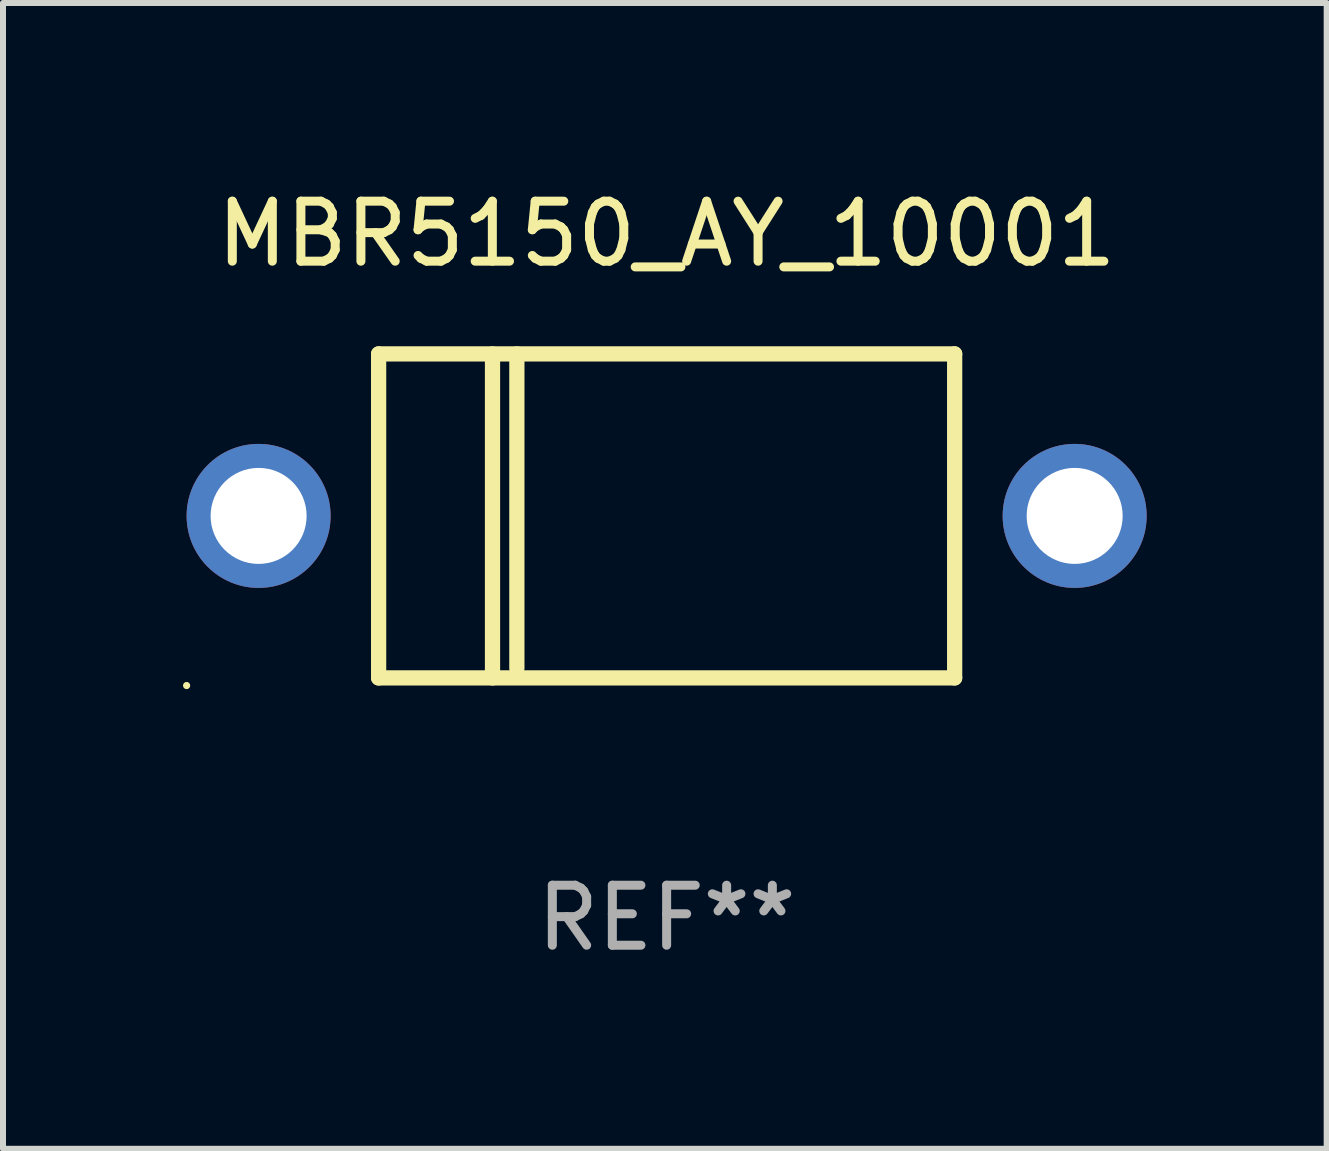
<source format=kicad_pcb>
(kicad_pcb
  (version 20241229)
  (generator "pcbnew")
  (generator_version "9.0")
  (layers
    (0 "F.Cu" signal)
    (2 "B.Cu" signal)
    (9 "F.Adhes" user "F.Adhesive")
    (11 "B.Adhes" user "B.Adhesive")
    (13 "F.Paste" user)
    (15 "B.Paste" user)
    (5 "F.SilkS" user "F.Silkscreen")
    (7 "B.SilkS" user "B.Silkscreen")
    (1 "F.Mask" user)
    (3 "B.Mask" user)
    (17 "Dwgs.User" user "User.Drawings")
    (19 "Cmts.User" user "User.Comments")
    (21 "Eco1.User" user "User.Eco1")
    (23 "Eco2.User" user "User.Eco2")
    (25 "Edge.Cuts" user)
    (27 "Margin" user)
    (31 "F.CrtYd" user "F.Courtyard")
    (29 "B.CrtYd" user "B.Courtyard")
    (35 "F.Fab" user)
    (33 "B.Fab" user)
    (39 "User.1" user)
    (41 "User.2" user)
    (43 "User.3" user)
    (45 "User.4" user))
  (footprint "MBR5150_AY_10001"
    (layer "F.Cu")
    (at 8.06 5.548)
    (property "Reference" "MBR5150_AY_10001" (at 0 -4.7 0) (layer "F.SilkS") (effects (font (size 1 1) (thickness 0.15))))
    (attr through_hole)
    (fp_line (start -4.8 -2.7) (end -4.8 2.7) (stroke (width 0.254) (type solid)) (layer "F.SilkS"))
    (fp_line (start -4.8 -2.7) (end 4.8 -2.7) (stroke (width 0.254) (type solid)) (layer "F.SilkS"))
    (fp_line (start -2.902 -2.7) (end -2.902 2.7) (stroke (width 0.254) (type solid)) (layer "F.SilkS"))
    (fp_line (start -2.496 -2.7) (end -2.496 2.54) (stroke (width 0.254) (type solid)) (layer "F.SilkS"))
    (fp_line (start 4.8 -2.7) (end 4.8 2.7) (stroke (width 0.254) (type solid)) (layer "F.SilkS"))
    (fp_line (start 4.8 2.7) (end -4.8 2.7) (stroke (width 0.254) (type solid)) (layer "F.SilkS"))
    (fp_circle (center -8 2.827) (end -7.97 2.827) (stroke (width 0.06) (type solid)) (fill no) (layer "F.SilkS"))
    (fp_text user "REF**" (at 0 6.7 0) (layer "F.Fab") (effects (font (size 1 1) (thickness 0.15))))
    (pad "1" thru_hole circle (at -6.8 0) (size 2.4 2.4) (drill 1.6) (layers "*.Cu" "*.Mask"))
    (pad "2" thru_hole circle (at 6.8 0) (size 2.4 2.4) (drill 1.6) (layers "*.Cu" "*.Mask")))
  (gr_rect
    (start -3 -3)
    (end 19.06 16.096)
    (stroke (width 0.1) (type default))
    (fill no)
    (layer "Edge.Cuts")))
</source>
